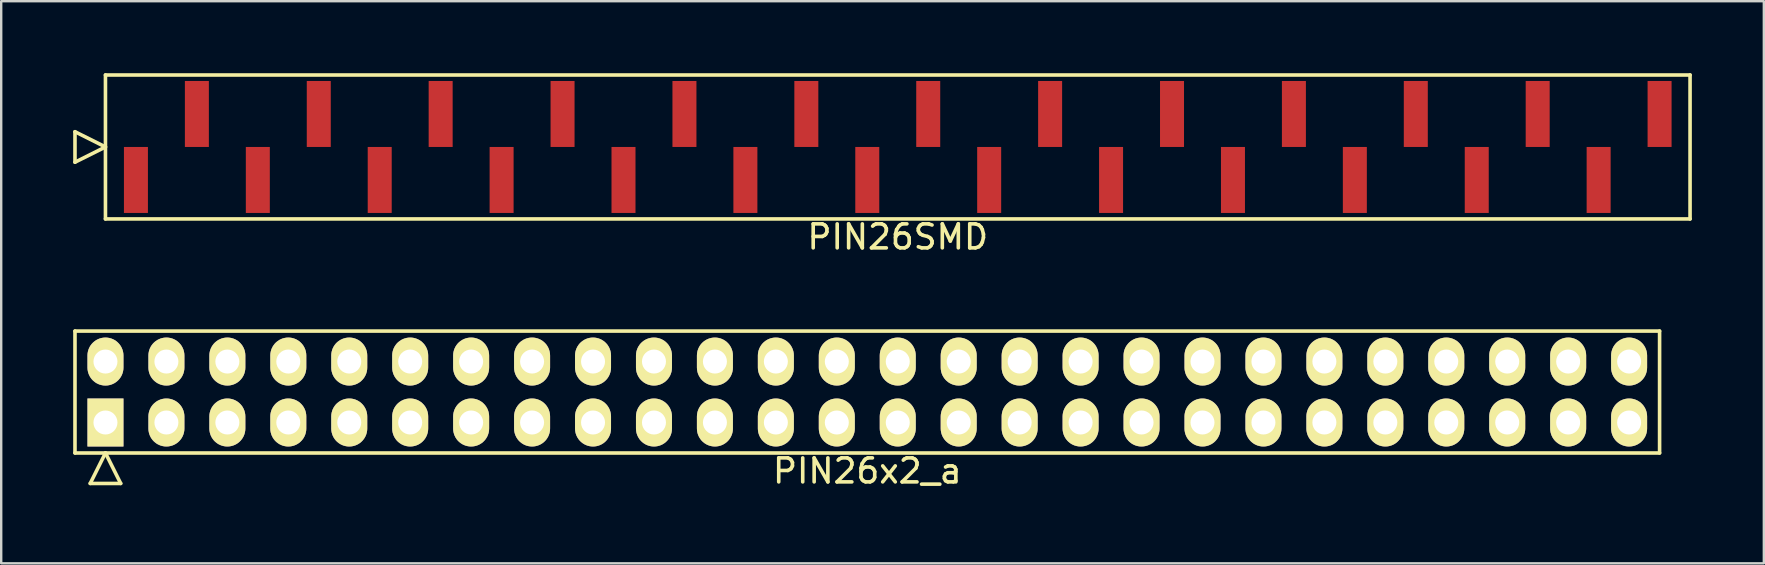
<source format=kicad_pcb>
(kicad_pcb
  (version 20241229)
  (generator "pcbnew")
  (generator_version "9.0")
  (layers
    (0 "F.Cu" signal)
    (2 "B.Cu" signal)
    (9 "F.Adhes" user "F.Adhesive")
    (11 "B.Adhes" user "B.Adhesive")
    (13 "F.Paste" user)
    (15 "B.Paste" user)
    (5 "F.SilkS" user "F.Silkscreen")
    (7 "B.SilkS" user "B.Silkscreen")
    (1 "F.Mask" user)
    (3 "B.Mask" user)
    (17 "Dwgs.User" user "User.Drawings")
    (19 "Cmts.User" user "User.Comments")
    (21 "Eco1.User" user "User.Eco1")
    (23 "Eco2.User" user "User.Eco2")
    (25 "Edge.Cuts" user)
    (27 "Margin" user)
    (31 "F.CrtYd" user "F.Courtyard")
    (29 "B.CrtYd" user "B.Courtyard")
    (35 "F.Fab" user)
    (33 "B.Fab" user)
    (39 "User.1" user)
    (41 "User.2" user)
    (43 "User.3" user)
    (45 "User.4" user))
  (footprint "PIN26SMD"
    (layer "F.Cu")
    (at 34.365 3.075)
    (property "Reference" "PIN26SMD" (at 0 3.75 0) (layer "F.SilkS") (effects (font (size 1 1) (thickness 0.15))))
    (attr through_hole)
    (fp_line (start -34.29 0.635) (end -34.29 -0.635) (stroke (width 0.15) (type solid)) (layer "F.SilkS"))
    (fp_line (start -33.02 -3) (end -33.02 3) (stroke (width 0.15) (type solid)) (layer "F.SilkS"))
    (fp_line (start -33.02 0) (end -34.29 -0.635) (stroke (width 0.15) (type solid)) (layer "F.SilkS"))
    (fp_line (start -33.02 0) (end -34.29 0.635) (stroke (width 0.15) (type solid)) (layer "F.SilkS"))
    (fp_line (start -33.02 3) (end 33.02 3) (stroke (width 0.15) (type solid)) (layer "F.SilkS"))
    (fp_line (start 33.02 -3) (end -33.02 -3) (stroke (width 0.15) (type solid)) (layer "F.SilkS"))
    (fp_line (start 33.02 3) (end 33.02 -3) (stroke (width 0.15) (type solid)) (layer "F.SilkS"))
    (pad "1" smd rect (at -31.75 1.375) (size 1 2.75) (layers "F.Cu" "F.Mask" "F.Paste"))
    (pad "2" smd rect (at -29.21 -1.375) (size 1 2.75) (layers "F.Cu" "F.Mask" "F.Paste"))
    (pad "3" smd rect (at -26.67 1.375) (size 1 2.75) (layers "F.Cu" "F.Mask" "F.Paste"))
    (pad "4" smd rect (at -24.13 -1.375) (size 1 2.75) (layers "F.Cu" "F.Mask" "F.Paste"))
    (pad "5" smd rect (at -21.59 1.375) (size 1 2.75) (layers "F.Cu" "F.Mask" "F.Paste"))
    (pad "6" smd rect (at -19.05 -1.375) (size 1 2.75) (layers "F.Cu" "F.Mask" "F.Paste"))
    (pad "7" smd rect (at -16.51 1.375) (size 1 2.75) (layers "F.Cu" "F.Mask" "F.Paste"))
    (pad "8" smd rect (at -13.97 -1.375) (size 1 2.75) (layers "F.Cu" "F.Mask" "F.Paste"))
    (pad "9" smd rect (at -11.43 1.375) (size 1 2.75) (layers "F.Cu" "F.Mask" "F.Paste"))
    (pad "10" smd rect (at -8.89 -1.375) (size 1 2.75) (layers "F.Cu" "F.Mask" "F.Paste"))
    (pad "11" smd rect (at -6.35 1.375) (size 1 2.75) (layers "F.Cu" "F.Mask" "F.Paste"))
    (pad "12" smd rect (at -3.81 -1.375) (size 1 2.75) (layers "F.Cu" "F.Mask" "F.Paste"))
    (pad "13" smd rect (at -1.27 1.375) (size 1 2.75) (layers "F.Cu" "F.Mask" "F.Paste"))
    (pad "14" smd rect (at 1.27 -1.375) (size 1 2.75) (layers "F.Cu" "F.Mask" "F.Paste"))
    (pad "15" smd rect (at 3.81 1.375) (size 1 2.75) (layers "F.Cu" "F.Mask" "F.Paste"))
    (pad "16" smd rect (at 6.35 -1.375) (size 1 2.75) (layers "F.Cu" "F.Mask" "F.Paste"))
    (pad "17" smd rect (at 8.89 1.375) (size 1 2.75) (layers "F.Cu" "F.Mask" "F.Paste"))
    (pad "18" smd rect (at 11.43 -1.375) (size 1 2.75) (layers "F.Cu" "F.Mask" "F.Paste"))
    (pad "19" smd rect (at 13.97 1.375) (size 1 2.75) (layers "F.Cu" "F.Mask" "F.Paste"))
    (pad "20" smd rect (at 16.51 -1.375) (size 1 2.75) (layers "F.Cu" "F.Mask" "F.Paste"))
    (pad "21" smd rect (at 19.05 1.375) (size 1 2.75) (layers "F.Cu" "F.Mask" "F.Paste"))
    (pad "22" smd rect (at 21.59 -1.375) (size 1 2.75) (layers "F.Cu" "F.Mask" "F.Paste"))
    (pad "23" smd rect (at 24.13 1.375) (size 1 2.75) (layers "F.Cu" "F.Mask" "F.Paste"))
    (pad "24" smd rect (at 26.67 -1.375) (size 1 2.75) (layers "F.Cu" "F.Mask" "F.Paste"))
    (pad "25" smd rect (at 29.21 1.375) (size 1 2.75) (layers "F.Cu" "F.Mask" "F.Paste"))
    (pad "26" smd rect (at 31.75 -1.375) (size 1 2.75) (layers "F.Cu" "F.Mask" "F.Paste")))
  (footprint "PIN26x2_a"
    (layer "F.Cu")
    (at 33.095 13.288)
    (property "Reference" "PIN26x2_a" (at 0 3.29 0) (layer "F.SilkS") (effects (font (size 1 1) (thickness 0.15))))
    (attr through_hole)
    (fp_line (start -33.02 -2.54) (end -33.02 2.54) (stroke (width 0.15) (type solid)) (layer "F.SilkS"))
    (fp_line (start -33.02 2.54) (end 33.02 2.54) (stroke (width 0.15) (type solid)) (layer "F.SilkS"))
    (fp_line (start -32.385 3.81) (end -31.75 2.54) (stroke (width 0.15) (type solid)) (layer "F.SilkS"))
    (fp_line (start -32.385 3.81) (end -31.115 3.81) (stroke (width 0.15) (type solid)) (layer "F.SilkS"))
    (fp_line (start -31.115 3.81) (end -31.75 2.54) (stroke (width 0.15) (type solid)) (layer "F.SilkS"))
    (fp_line (start 33.02 -2.54) (end -33.02 -2.54) (stroke (width 0.15) (type solid)) (layer "F.SilkS"))
    (fp_line (start 33.02 2.54) (end 33.02 -2.54) (stroke (width 0.15) (type solid)) (layer "F.SilkS"))
    (pad "1" thru_hole rect (at -31.75 1.27) (size 1.5 2) (drill 1) (layers "*.Cu" "*.Mask" "F.SilkS"))
    (pad "2" thru_hole oval (at -31.75 -1.27) (size 1.5 2) (drill 1) (layers "*.Cu" "*.Mask" "F.SilkS"))
    (pad "3" thru_hole oval (at -29.21 1.27) (size 1.5 2) (drill 1) (layers "*.Cu" "*.Mask" "F.SilkS"))
    (pad "4" thru_hole oval (at -29.21 -1.27) (size 1.5 2) (drill 1) (layers "*.Cu" "*.Mask" "F.SilkS"))
    (pad "5" thru_hole oval (at -26.67 1.27) (size 1.5 2) (drill 1) (layers "*.Cu" "*.Mask" "F.SilkS"))
    (pad "6" thru_hole oval (at -26.67 -1.27) (size 1.5 2) (drill 1) (layers "*.Cu" "*.Mask" "F.SilkS"))
    (pad "7" thru_hole oval (at -24.13 1.27) (size 1.5 2) (drill 1) (layers "*.Cu" "*.Mask" "F.SilkS"))
    (pad "8" thru_hole oval (at -24.13 -1.27) (size 1.5 2) (drill 1) (layers "*.Cu" "*.Mask" "F.SilkS"))
    (pad "9" thru_hole oval (at -21.59 1.27) (size 1.5 2) (drill 1) (layers "*.Cu" "*.Mask" "F.SilkS"))
    (pad "10" thru_hole oval (at -21.59 -1.27) (size 1.5 2) (drill 1) (layers "*.Cu" "*.Mask" "F.SilkS"))
    (pad "11" thru_hole oval (at -19.05 1.27) (size 1.5 2) (drill 1) (layers "*.Cu" "*.Mask" "F.SilkS"))
    (pad "12" thru_hole oval (at -19.05 -1.27) (size 1.5 2) (drill 1) (layers "*.Cu" "*.Mask" "F.SilkS"))
    (pad "13" thru_hole oval (at -16.51 1.27) (size 1.5 2) (drill 1) (layers "*.Cu" "*.Mask" "F.SilkS"))
    (pad "14" thru_hole oval (at -16.51 -1.27) (size 1.5 2) (drill 1) (layers "*.Cu" "*.Mask" "F.SilkS"))
    (pad "15" thru_hole oval (at -13.97 1.27) (size 1.5 2) (drill 1) (layers "*.Cu" "*.Mask" "F.SilkS"))
    (pad "16" thru_hole oval (at -13.97 -1.27) (size 1.5 2) (drill 1) (layers "*.Cu" "*.Mask" "F.SilkS"))
    (pad "17" thru_hole oval (at -11.43 1.27) (size 1.5 2) (drill 1) (layers "*.Cu" "*.Mask" "F.SilkS"))
    (pad "18" thru_hole oval (at -11.43 -1.27) (size 1.5 2) (drill 1) (layers "*.Cu" "*.Mask" "F.SilkS"))
    (pad "19" thru_hole oval (at -8.89 1.27) (size 1.5 2) (drill 1) (layers "*.Cu" "*.Mask" "F.SilkS"))
    (pad "20" thru_hole oval (at -8.89 -1.27) (size 1.5 2) (drill 1) (layers "*.Cu" "*.Mask" "F.SilkS"))
    (pad "21" thru_hole oval (at -6.35 1.27) (size 1.5 2) (drill 1) (layers "*.Cu" "*.Mask" "F.SilkS"))
    (pad "22" thru_hole oval (at -6.35 -1.27) (size 1.5 2) (drill 1) (layers "*.Cu" "*.Mask" "F.SilkS"))
    (pad "23" thru_hole oval (at -3.81 1.27) (size 1.5 2) (drill 1) (layers "*.Cu" "*.Mask" "F.SilkS"))
    (pad "24" thru_hole oval (at -3.81 -1.27) (size 1.5 2) (drill 1) (layers "*.Cu" "*.Mask" "F.SilkS"))
    (pad "25" thru_hole oval (at -1.27 1.27) (size 1.5 2) (drill 1) (layers "*.Cu" "*.Mask" "F.SilkS"))
    (pad "26" thru_hole oval (at -1.27 -1.27) (size 1.5 2) (drill 1) (layers "*.Cu" "*.Mask" "F.SilkS"))
    (pad "27" thru_hole oval (at 1.27 1.27) (size 1.5 2) (drill 1) (layers "*.Cu" "*.Mask" "F.SilkS"))
    (pad "28" thru_hole oval (at 1.27 -1.27) (size 1.5 2) (drill 1) (layers "*.Cu" "*.Mask" "F.SilkS"))
    (pad "29" thru_hole oval (at 3.81 1.27) (size 1.5 2) (drill 1) (layers "*.Cu" "*.Mask" "F.SilkS"))
    (pad "30" thru_hole oval (at 3.81 -1.27) (size 1.5 2) (drill 1) (layers "*.Cu" "*.Mask" "F.SilkS"))
    (pad "31" thru_hole oval (at 6.35 1.27) (size 1.5 2) (drill 1) (layers "*.Cu" "*.Mask" "F.SilkS"))
    (pad "32" thru_hole oval (at 6.35 -1.27) (size 1.5 2) (drill 1) (layers "*.Cu" "*.Mask" "F.SilkS"))
    (pad "33" thru_hole oval (at 8.89 1.27) (size 1.5 2) (drill 1) (layers "*.Cu" "*.Mask" "F.SilkS"))
    (pad "34" thru_hole oval (at 8.89 -1.27) (size 1.5 2) (drill 1) (layers "*.Cu" "*.Mask" "F.SilkS"))
    (pad "35" thru_hole oval (at 11.43 1.27) (size 1.5 2) (drill 1) (layers "*.Cu" "*.Mask" "F.SilkS"))
    (pad "36" thru_hole oval (at 11.43 -1.27) (size 1.5 2) (drill 1) (layers "*.Cu" "*.Mask" "F.SilkS"))
    (pad "37" thru_hole oval (at 13.97 1.27) (size 1.5 2) (drill 1) (layers "*.Cu" "*.Mask" "F.SilkS"))
    (pad "38" thru_hole oval (at 13.97 -1.27) (size 1.5 2) (drill 1) (layers "*.Cu" "*.Mask" "F.SilkS"))
    (pad "39" thru_hole oval (at 16.51 1.27) (size 1.5 2) (drill 1) (layers "*.Cu" "*.Mask" "F.SilkS"))
    (pad "40" thru_hole oval (at 16.51 -1.27) (size 1.5 2) (drill 1) (layers "*.Cu" "*.Mask" "F.SilkS"))
    (pad "41" thru_hole oval (at 19.05 1.27) (size 1.5 2) (drill 1) (layers "*.Cu" "*.Mask" "F.SilkS"))
    (pad "42" thru_hole oval (at 19.05 -1.27) (size 1.5 2) (drill 1) (layers "*.Cu" "*.Mask" "F.SilkS"))
    (pad "43" thru_hole oval (at 21.59 1.27) (size 1.5 2) (drill 1) (layers "*.Cu" "*.Mask" "F.SilkS"))
    (pad "44" thru_hole oval (at 21.59 -1.27) (size 1.5 2) (drill 1) (layers "*.Cu" "*.Mask" "F.SilkS"))
    (pad "45" thru_hole oval (at 24.13 1.27) (size 1.5 2) (drill 1) (layers "*.Cu" "*.Mask" "F.SilkS"))
    (pad "46" thru_hole oval (at 24.13 -1.27) (size 1.5 2) (drill 1) (layers "*.Cu" "*.Mask" "F.SilkS"))
    (pad "47" thru_hole oval (at 26.67 1.27) (size 1.5 2) (drill 1) (layers "*.Cu" "*.Mask" "F.SilkS"))
    (pad "48" thru_hole oval (at 26.67 -1.27) (size 1.5 2) (drill 1) (layers "*.Cu" "*.Mask" "F.SilkS"))
    (pad "49" thru_hole oval (at 29.21 1.27) (size 1.5 2) (drill 1) (layers "*.Cu" "*.Mask" "F.SilkS"))
    (pad "50" thru_hole oval (at 29.21 -1.27) (size 1.5 2) (drill 1) (layers "*.Cu" "*.Mask" "F.SilkS"))
    (pad "51" thru_hole oval (at 31.75 1.27) (size 1.5 2) (drill 1) (layers "*.Cu" "*.Mask" "F.SilkS"))
    (pad "52" thru_hole oval (at 31.75 -1.27) (size 1.5 2) (drill 1) (layers "*.Cu" "*.Mask" "F.SilkS")))
  (gr_rect
    (start -3 -3)
    (end 70.46 20.427)
    (stroke (width 0.1) (type default))
    (fill no)
    (layer "Edge.Cuts")))
</source>
